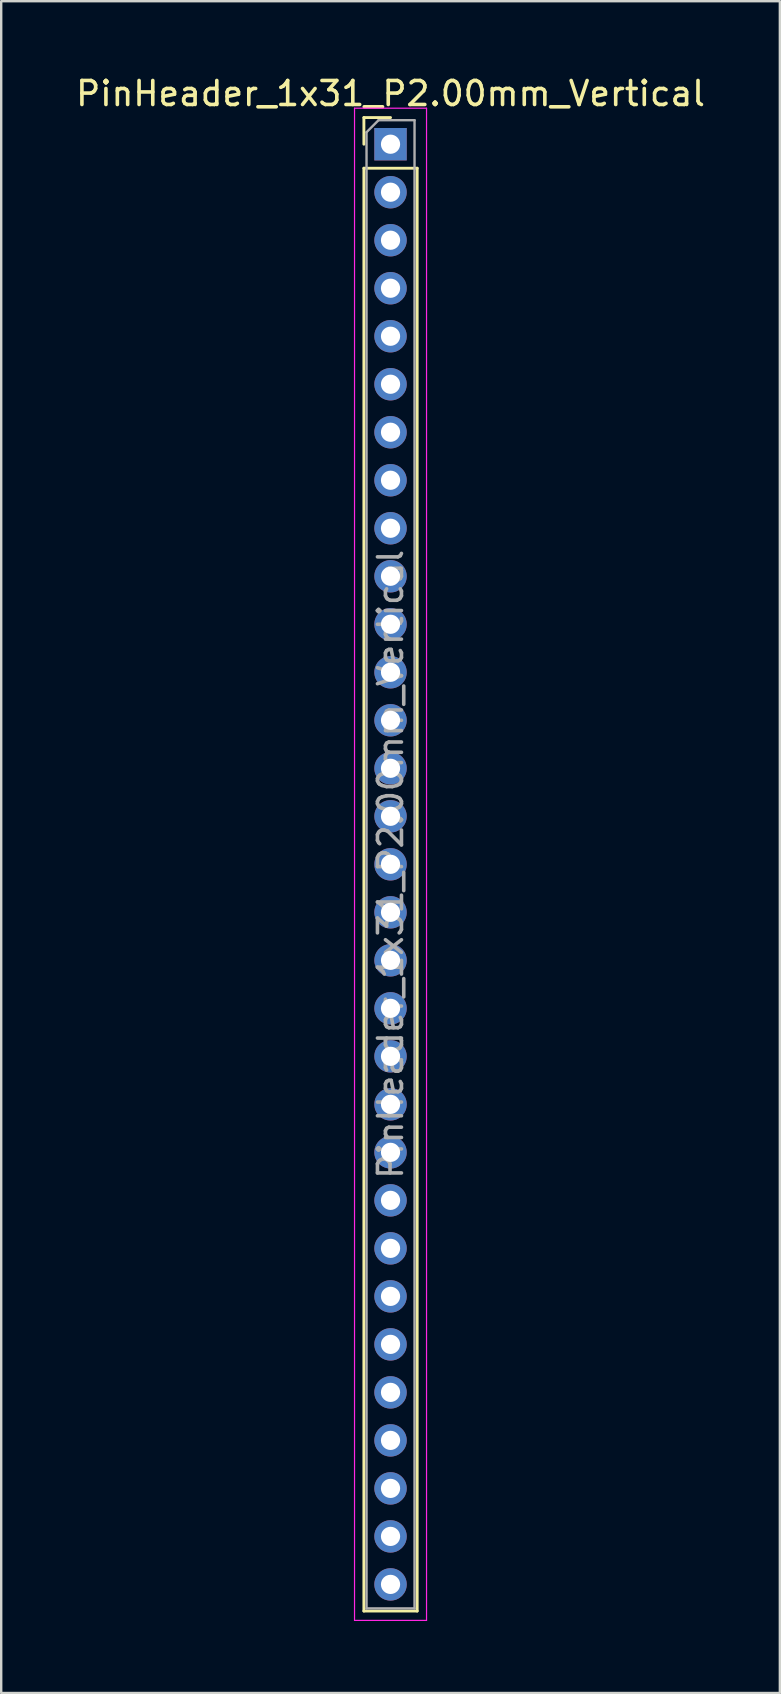
<source format=kicad_pcb>
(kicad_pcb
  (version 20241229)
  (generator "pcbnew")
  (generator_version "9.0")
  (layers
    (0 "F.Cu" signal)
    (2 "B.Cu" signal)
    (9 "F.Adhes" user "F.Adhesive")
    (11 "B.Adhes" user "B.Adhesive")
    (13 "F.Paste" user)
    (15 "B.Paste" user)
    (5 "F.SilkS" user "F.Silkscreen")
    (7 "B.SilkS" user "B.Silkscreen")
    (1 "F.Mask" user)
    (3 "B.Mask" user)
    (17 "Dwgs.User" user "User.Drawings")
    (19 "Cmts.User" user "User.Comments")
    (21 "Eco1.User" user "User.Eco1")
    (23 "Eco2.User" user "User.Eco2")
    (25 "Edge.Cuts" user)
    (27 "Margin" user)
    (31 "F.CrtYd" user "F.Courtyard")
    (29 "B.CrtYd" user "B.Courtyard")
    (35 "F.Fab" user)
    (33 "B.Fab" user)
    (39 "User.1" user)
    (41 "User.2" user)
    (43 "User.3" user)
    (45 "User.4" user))
  (footprint "PinHeader_1x31_P2.00mm_Vertical"
    (layer "F.Cu")
    (at 13.22 2.958)
    (property "Reference" "PinHeader_1x31_P2.00mm_Vertical" (at 0 -2.11 0) (layer "F.SilkS") (effects (font (size 1 1) (thickness 0.15))))
    (attr through_hole)
    (fp_line (start -1.11 -1.11) (end 0 -1.11) (stroke (width 0.12) (type solid)) (layer "F.SilkS"))
    (fp_line (start -1.11 0) (end -1.11 -1.11) (stroke (width 0.12) (type solid)) (layer "F.SilkS"))
    (fp_line (start -1.11 1) (end -1.11 61.11) (stroke (width 0.12) (type solid)) (layer "F.SilkS"))
    (fp_line (start -1.11 1) (end 1.11 1) (stroke (width 0.12) (type solid)) (layer "F.SilkS"))
    (fp_line (start -1.11 61.11) (end 1.11 61.11) (stroke (width 0.12) (type solid)) (layer "F.SilkS"))
    (fp_line (start 1.11 1) (end 1.11 61.11) (stroke (width 0.12) (type solid)) (layer "F.SilkS"))
    (fp_line (start -1.5 -1.5) (end -1.5 61.5) (stroke (width 0.05) (type solid)) (layer "F.CrtYd"))
    (fp_line (start -1.5 61.5) (end 1.5 61.5) (stroke (width 0.05) (type solid)) (layer "F.CrtYd"))
    (fp_line (start 1.5 -1.5) (end -1.5 -1.5) (stroke (width 0.05) (type solid)) (layer "F.CrtYd"))
    (fp_line (start 1.5 61.5) (end 1.5 -1.5) (stroke (width 0.05) (type solid)) (layer "F.CrtYd"))
    (fp_line (start -1 -0.5) (end -0.5 -1) (stroke (width 0.1) (type solid)) (layer "F.Fab"))
    (fp_line (start -1 61) (end -1 -0.5) (stroke (width 0.1) (type solid)) (layer "F.Fab"))
    (fp_line (start -0.5 -1) (end 1 -1) (stroke (width 0.1) (type solid)) (layer "F.Fab"))
    (fp_line (start 1 -1) (end 1 61) (stroke (width 0.1) (type solid)) (layer "F.Fab"))
    (fp_line (start 1 61) (end -1 61) (stroke (width 0.1) (type solid)) (layer "F.Fab"))
    (fp_text user "${REFERENCE}" (at 0 30 90) (layer "F.Fab") (effects (font (size 1 1) (thickness 0.15))))
    (pad "1" thru_hole rect (at 0 0) (size 1.35 1.35) (drill 0.8) (layers "*.Cu" "*.Mask"))
    (pad "2" thru_hole circle (at 0 2) (size 1.35 1.35) (drill 0.8) (layers "*.Cu" "*.Mask"))
    (pad "3" thru_hole circle (at 0 4) (size 1.35 1.35) (drill 0.8) (layers "*.Cu" "*.Mask"))
    (pad "4" thru_hole circle (at 0 6) (size 1.35 1.35) (drill 0.8) (layers "*.Cu" "*.Mask"))
    (pad "5" thru_hole circle (at 0 8) (size 1.35 1.35) (drill 0.8) (layers "*.Cu" "*.Mask"))
    (pad "6" thru_hole circle (at 0 10) (size 1.35 1.35) (drill 0.8) (layers "*.Cu" "*.Mask"))
    (pad "7" thru_hole circle (at 0 12) (size 1.35 1.35) (drill 0.8) (layers "*.Cu" "*.Mask"))
    (pad "8" thru_hole circle (at 0 14) (size 1.35 1.35) (drill 0.8) (layers "*.Cu" "*.Mask"))
    (pad "9" thru_hole circle (at 0 16) (size 1.35 1.35) (drill 0.8) (layers "*.Cu" "*.Mask"))
    (pad "10" thru_hole circle (at 0 18) (size 1.35 1.35) (drill 0.8) (layers "*.Cu" "*.Mask"))
    (pad "11" thru_hole circle (at 0 20) (size 1.35 1.35) (drill 0.8) (layers "*.Cu" "*.Mask"))
    (pad "12" thru_hole circle (at 0 22) (size 1.35 1.35) (drill 0.8) (layers "*.Cu" "*.Mask"))
    (pad "13" thru_hole circle (at 0 24) (size 1.35 1.35) (drill 0.8) (layers "*.Cu" "*.Mask"))
    (pad "14" thru_hole circle (at 0 26) (size 1.35 1.35) (drill 0.8) (layers "*.Cu" "*.Mask"))
    (pad "15" thru_hole circle (at 0 28) (size 1.35 1.35) (drill 0.8) (layers "*.Cu" "*.Mask"))
    (pad "16" thru_hole circle (at 0 30) (size 1.35 1.35) (drill 0.8) (layers "*.Cu" "*.Mask"))
    (pad "17" thru_hole circle (at 0 32) (size 1.35 1.35) (drill 0.8) (layers "*.Cu" "*.Mask"))
    (pad "18" thru_hole circle (at 0 34) (size 1.35 1.35) (drill 0.8) (layers "*.Cu" "*.Mask"))
    (pad "19" thru_hole circle (at 0 36) (size 1.35 1.35) (drill 0.8) (layers "*.Cu" "*.Mask"))
    (pad "20" thru_hole circle (at 0 38) (size 1.35 1.35) (drill 0.8) (layers "*.Cu" "*.Mask"))
    (pad "21" thru_hole circle (at 0 40) (size 1.35 1.35) (drill 0.8) (layers "*.Cu" "*.Mask"))
    (pad "22" thru_hole circle (at 0 42) (size 1.35 1.35) (drill 0.8) (layers "*.Cu" "*.Mask"))
    (pad "23" thru_hole circle (at 0 44) (size 1.35 1.35) (drill 0.8) (layers "*.Cu" "*.Mask"))
    (pad "24" thru_hole circle (at 0 46) (size 1.35 1.35) (drill 0.8) (layers "*.Cu" "*.Mask"))
    (pad "25" thru_hole circle (at 0 48) (size 1.35 1.35) (drill 0.8) (layers "*.Cu" "*.Mask"))
    (pad "26" thru_hole circle (at 0 50) (size 1.35 1.35) (drill 0.8) (layers "*.Cu" "*.Mask"))
    (pad "27" thru_hole circle (at 0 52) (size 1.35 1.35) (drill 0.8) (layers "*.Cu" "*.Mask"))
    (pad "28" thru_hole circle (at 0 54) (size 1.35 1.35) (drill 0.8) (layers "*.Cu" "*.Mask"))
    (pad "29" thru_hole circle (at 0 56) (size 1.35 1.35) (drill 0.8) (layers "*.Cu" "*.Mask"))
    (pad "30" thru_hole circle (at 0 58) (size 1.35 1.35) (drill 0.8) (layers "*.Cu" "*.Mask"))
    (pad "31" thru_hole circle (at 0 60) (size 1.35 1.35) (drill 0.8) (layers "*.Cu" "*.Mask")))
  (gr_rect
    (start -3 -3)
    (end 29.44 67.483)
    (stroke (width 0.1) (type default))
    (fill no)
    (layer "Edge.Cuts")))
</source>
